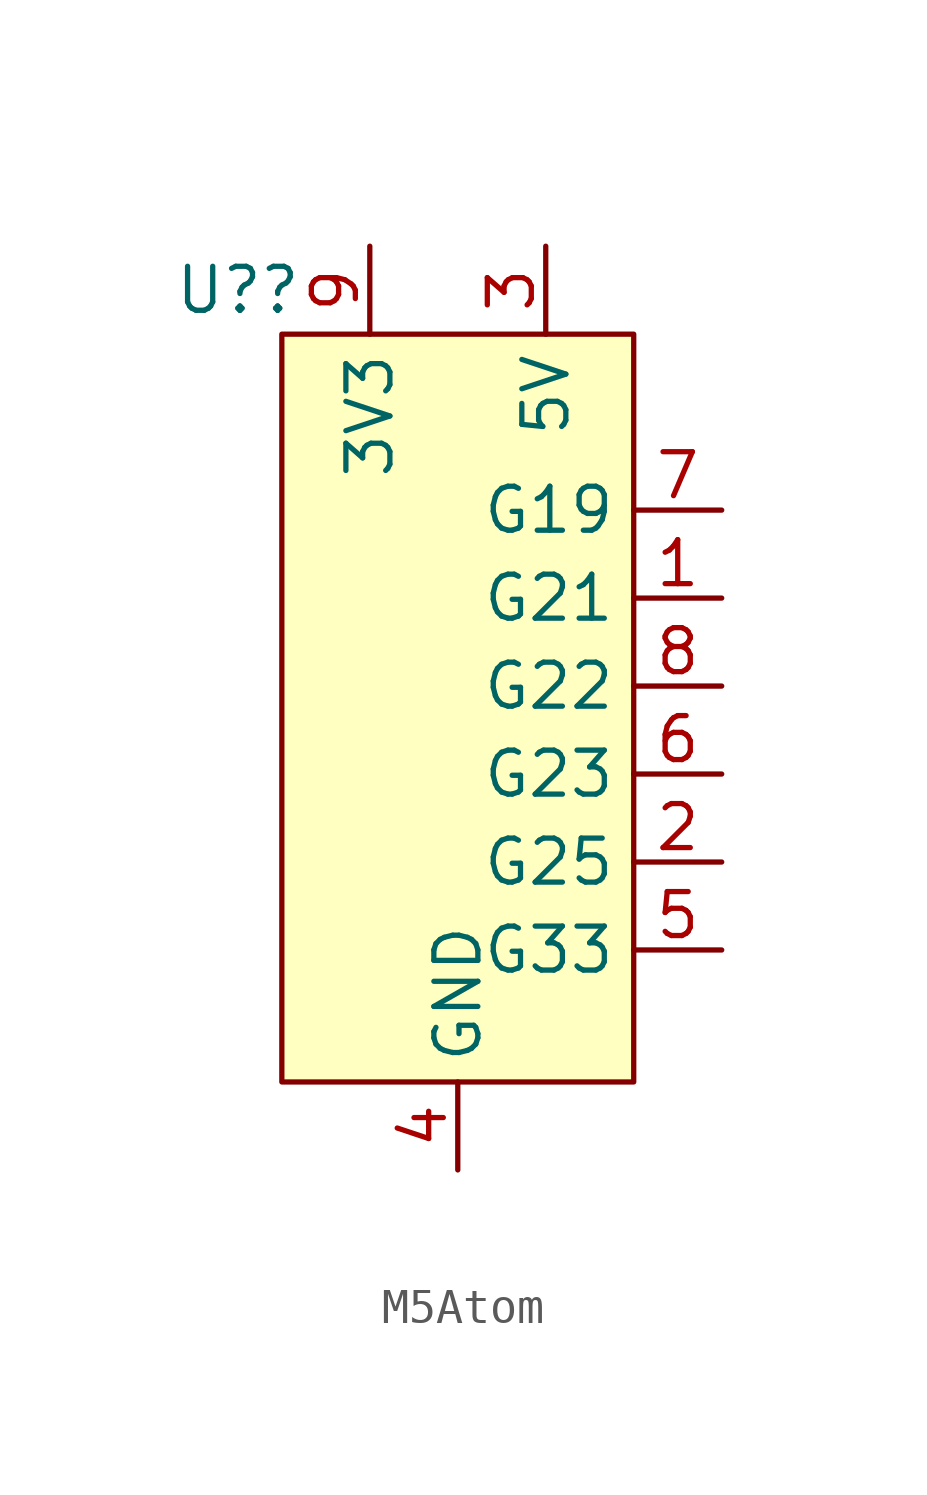
<source format=kicad_sym>
(kicad_symbol_lib
  (version 20220914)
  (generator kicad_symbol_editor)
  (symbol "M5Atom"
    (property "Reference" "U?"
      (at -6.35 11.43 0)
      (effects (font (size 1.27 1.27))))
    (symbol "M5Atom_1_1"
      (rectangle (start -5.08 10.16) (end 5.08 -11.43) (stroke (width 0) (type default)) (fill (type background)))
      (pin bidirectional line (at 7.62 2.54 180) (length 2.54) (name "G21" (effects (font (size 1.27 1.27)))) (number "1" (effects (font (size 1.27 1.27)))))
      (pin bidirectional line (at 7.62 -5.08 180) (length 2.54) (name "G25" (effects (font (size 1.27 1.27)))) (number "2" (effects (font (size 1.27 1.27)))))
      (pin power_in line (at 2.54 12.7 270) (length 2.54) (name "5V" (effects (font (size 1.27 1.27)))) (number "3" (effects (font (size 1.27 1.27)))))
      (pin power_out line (at 0 -13.97 90) (length 2.54) (name "GND" (effects (font (size 1.27 1.27)))) (number "4" (effects (font (size 1.27 1.27)))))
      (pin bidirectional line (at 7.62 -7.62 180) (length 2.54) (name "G33" (effects (font (size 1.27 1.27)))) (number "5" (effects (font (size 1.27 1.27)))))
      (pin bidirectional line (at 7.62 -2.54 180) (length 2.54) (name "G23" (effects (font (size 1.27 1.27)))) (number "6" (effects (font (size 1.27 1.27)))))
      (pin bidirectional line (at 7.62 5.08 180) (length 2.54) (name "G19" (effects (font (size 1.27 1.27)))) (number "7" (effects (font (size 1.27 1.27)))))
      (pin bidirectional line (at 7.62 0 180) (length 2.54) (name "G22" (effects (font (size 1.27 1.27)))) (number "8" (effects (font (size 1.27 1.27)))))
      (pin power_in line (at -2.54 12.7 270) (length 2.54) (name "3V3" (effects (font (size 1.27 1.27)))) (number "9" (effects (font (size 1.27 1.27))))))))
</source>
